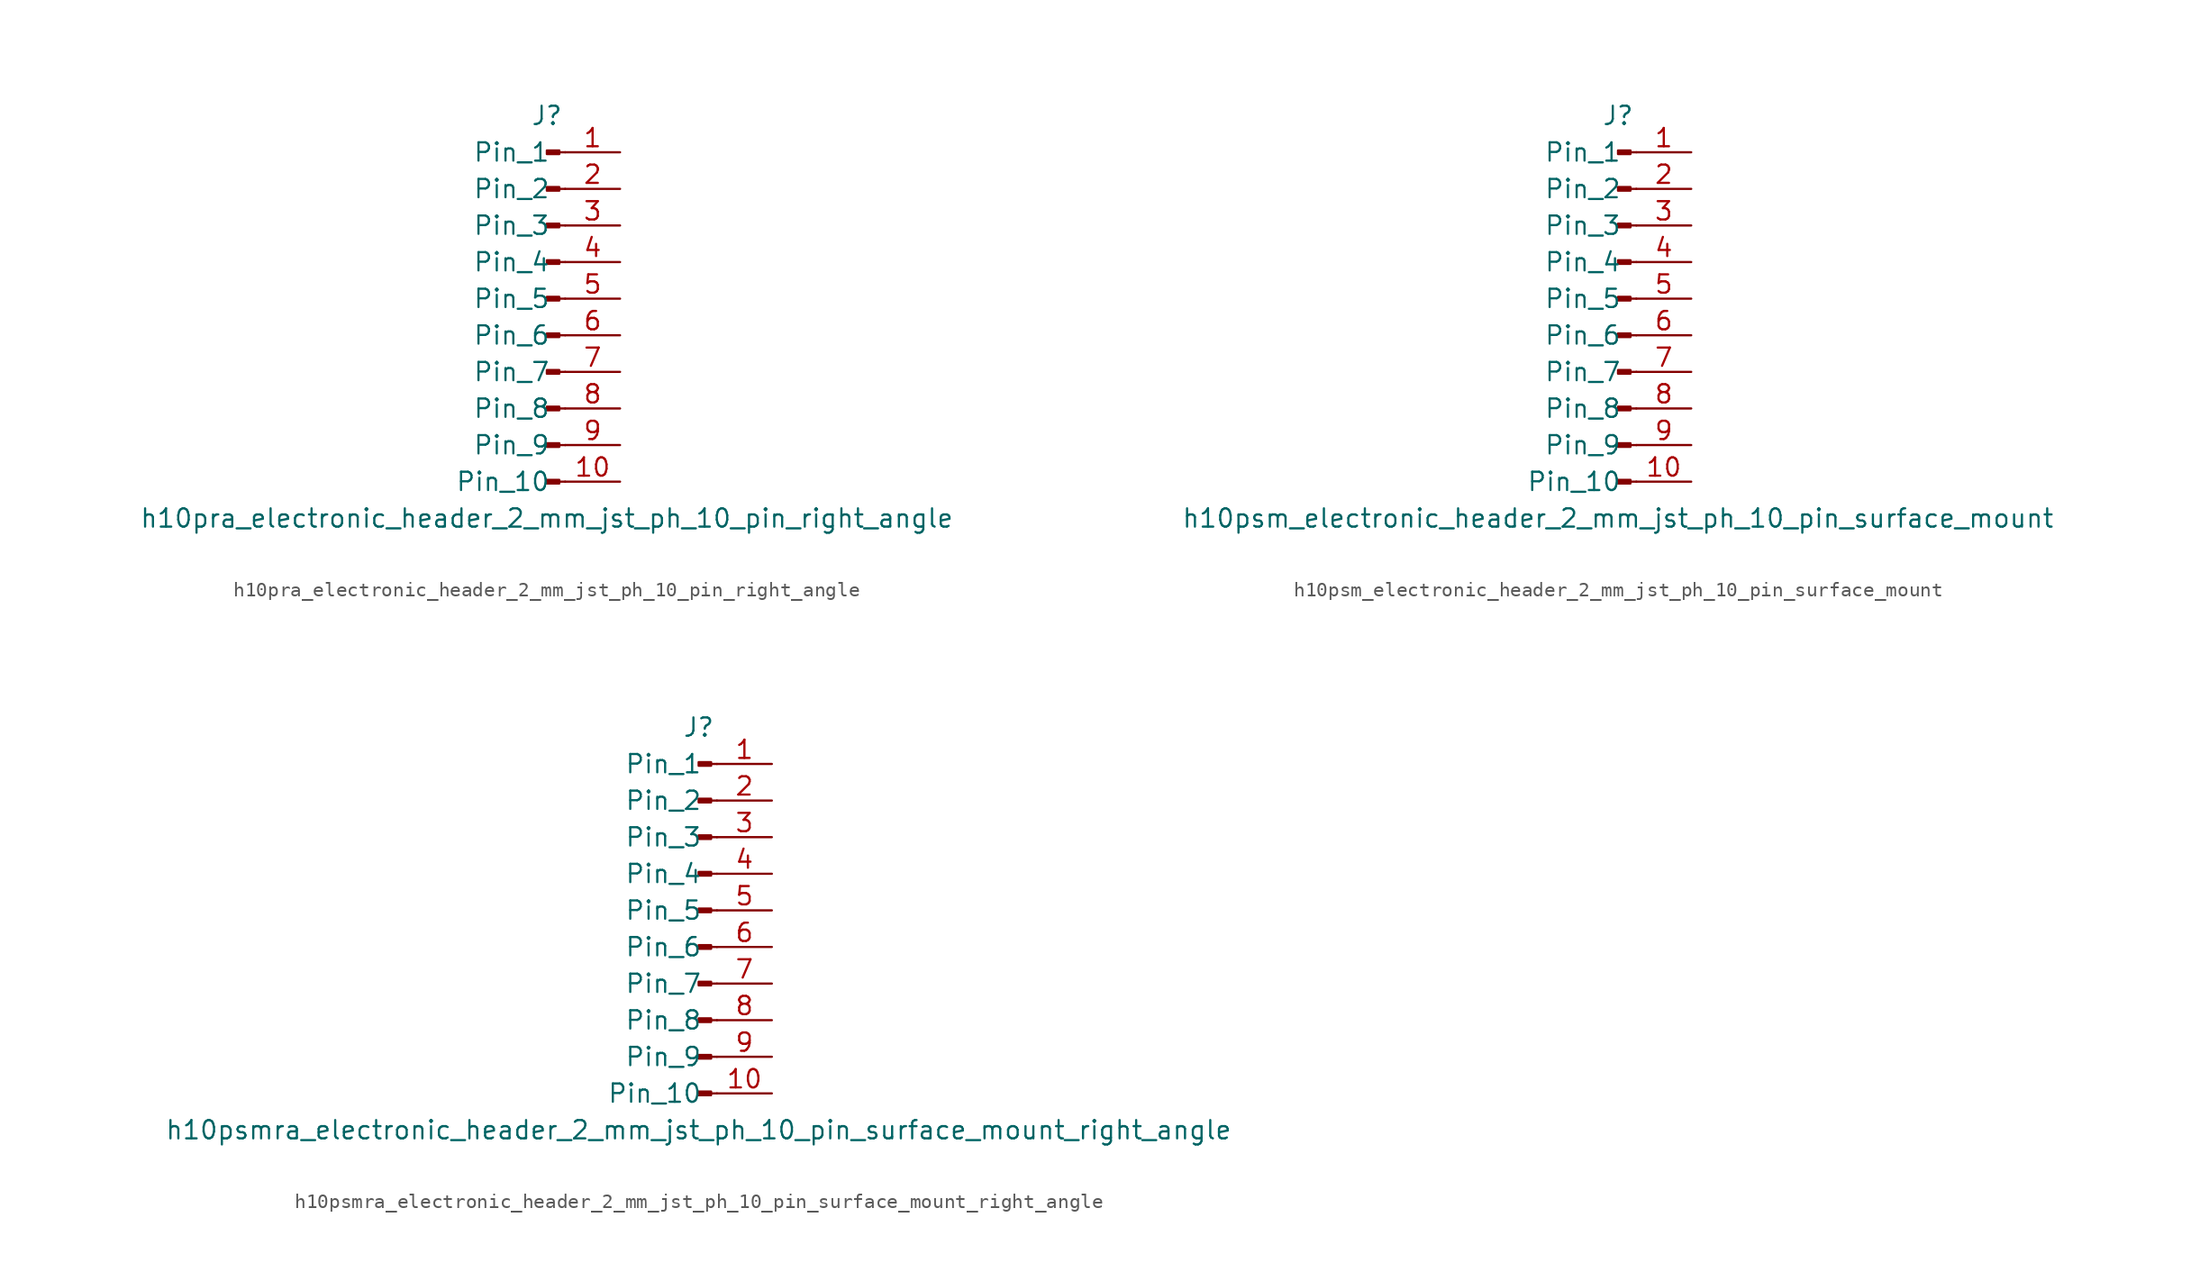
<source format=kicad_sym>
(kicad_symbol_lib
  (version 20220914)
  (generator kicad_symbol_editor)
  (symbol "h10pra_electronic_header_2_mm_jst_ph_10_pin_right_angle"
    (pin_names
      (offset 1.016))
    (property "Reference" "J"
      (at 0 12.7 0)
      (effects (font (size 1.27 1.27))))
    (property "Value" "h10pra_electronic_header_2_mm_jst_ph_10_pin_right_angle"
      (at 0 -15.24 0)
      (effects (font (size 1.27 1.27))))
    (property "ki_locked" ""
      (at 0 0 0)
      (effects (font (size 1.27 1.27))))
    (symbol "h10pra_electronic_header_2_mm_jst_ph_10_pin_right_angle_1_1"
      (polyline (pts (xy 1.27 -12.7) (xy 0.864 -12.7)) (stroke (width 0.152) (type default)) (fill (type none)))
      (polyline (pts (xy 1.27 -10.16) (xy 0.864 -10.16)) (stroke (width 0.152) (type default)) (fill (type none)))
      (polyline (pts (xy 1.27 -7.62) (xy 0.864 -7.62)) (stroke (width 0.152) (type default)) (fill (type none)))
      (polyline (pts (xy 1.27 -5.08) (xy 0.864 -5.08)) (stroke (width 0.152) (type default)) (fill (type none)))
      (polyline (pts (xy 1.27 -2.54) (xy 0.864 -2.54)) (stroke (width 0.152) (type default)) (fill (type none)))
      (polyline (pts (xy 1.27 0) (xy 0.864 0)) (stroke (width 0.152) (type default)) (fill (type none)))
      (polyline (pts (xy 1.27 2.54) (xy 0.864 2.54)) (stroke (width 0.152) (type default)) (fill (type none)))
      (polyline (pts (xy 1.27 5.08) (xy 0.864 5.08)) (stroke (width 0.152) (type default)) (fill (type none)))
      (polyline (pts (xy 1.27 7.62) (xy 0.864 7.62)) (stroke (width 0.152) (type default)) (fill (type none)))
      (polyline (pts (xy 1.27 10.16) (xy 0.864 10.16)) (stroke (width 0.152) (type default)) (fill (type none)))
      (rectangle (start 0.864 -12.573) (end 0 -12.827) (stroke (width 0.152) (type default)) (fill (type outline)))
      (rectangle (start 0.864 -10.033) (end 0 -10.287) (stroke (width 0.152) (type default)) (fill (type outline)))
      (rectangle (start 0.864 -7.493) (end 0 -7.747) (stroke (width 0.152) (type default)) (fill (type outline)))
      (rectangle (start 0.864 -4.953) (end 0 -5.207) (stroke (width 0.152) (type default)) (fill (type outline)))
      (rectangle (start 0.864 -2.413) (end 0 -2.667) (stroke (width 0.152) (type default)) (fill (type outline)))
      (rectangle (start 0.864 0.127) (end 0 -0.127) (stroke (width 0.152) (type default)) (fill (type outline)))
      (rectangle (start 0.864 2.667) (end 0 2.413) (stroke (width 0.152) (type default)) (fill (type outline)))
      (rectangle (start 0.864 5.207) (end 0 4.953) (stroke (width 0.152) (type default)) (fill (type outline)))
      (rectangle (start 0.864 7.747) (end 0 7.493) (stroke (width 0.152) (type default)) (fill (type outline)))
      (rectangle (start 0.864 10.287) (end 0 10.033) (stroke (width 0.152) (type default)) (fill (type outline)))
      (pin passive line (at 5.08 10.16 180) (length 3.81) (name "Pin_1" (effects (font (size 1.27 1.27)))) (number "1" (effects (font (size 1.27 1.27)))))
      (pin passive line (at 5.08 -12.7 180) (length 3.81) (name "Pin_10" (effects (font (size 1.27 1.27)))) (number "10" (effects (font (size 1.27 1.27)))))
      (pin passive line (at 5.08 7.62 180) (length 3.81) (name "Pin_2" (effects (font (size 1.27 1.27)))) (number "2" (effects (font (size 1.27 1.27)))))
      (pin passive line (at 5.08 5.08 180) (length 3.81) (name "Pin_3" (effects (font (size 1.27 1.27)))) (number "3" (effects (font (size 1.27 1.27)))))
      (pin passive line (at 5.08 2.54 180) (length 3.81) (name "Pin_4" (effects (font (size 1.27 1.27)))) (number "4" (effects (font (size 1.27 1.27)))))
      (pin passive line (at 5.08 0 180) (length 3.81) (name "Pin_5" (effects (font (size 1.27 1.27)))) (number "5" (effects (font (size 1.27 1.27)))))
      (pin passive line (at 5.08 -2.54 180) (length 3.81) (name "Pin_6" (effects (font (size 1.27 1.27)))) (number "6" (effects (font (size 1.27 1.27)))))
      (pin passive line (at 5.08 -5.08 180) (length 3.81) (name "Pin_7" (effects (font (size 1.27 1.27)))) (number "7" (effects (font (size 1.27 1.27)))))
      (pin passive line (at 5.08 -7.62 180) (length 3.81) (name "Pin_8" (effects (font (size 1.27 1.27)))) (number "8" (effects (font (size 1.27 1.27)))))
      (pin passive line (at 5.08 -10.16 180) (length 3.81) (name "Pin_9" (effects (font (size 1.27 1.27)))) (number "9" (effects (font (size 1.27 1.27)))))))
  (symbol "h10psm_electronic_header_2_mm_jst_ph_10_pin_surface_mount"
    (pin_names
      (offset 1.016))
    (property "Reference" "J"
      (at 0 12.7 0)
      (effects (font (size 1.27 1.27))))
    (property "Value" "h10psm_electronic_header_2_mm_jst_ph_10_pin_surface_mount"
      (at 0 -15.24 0)
      (effects (font (size 1.27 1.27))))
    (property "ki_locked" ""
      (at 0 0 0)
      (effects (font (size 1.27 1.27))))
    (symbol "h10psm_electronic_header_2_mm_jst_ph_10_pin_surface_mount_1_1"
      (polyline (pts (xy 1.27 -12.7) (xy 0.864 -12.7)) (stroke (width 0.152) (type default)) (fill (type none)))
      (polyline (pts (xy 1.27 -10.16) (xy 0.864 -10.16)) (stroke (width 0.152) (type default)) (fill (type none)))
      (polyline (pts (xy 1.27 -7.62) (xy 0.864 -7.62)) (stroke (width 0.152) (type default)) (fill (type none)))
      (polyline (pts (xy 1.27 -5.08) (xy 0.864 -5.08)) (stroke (width 0.152) (type default)) (fill (type none)))
      (polyline (pts (xy 1.27 -2.54) (xy 0.864 -2.54)) (stroke (width 0.152) (type default)) (fill (type none)))
      (polyline (pts (xy 1.27 0) (xy 0.864 0)) (stroke (width 0.152) (type default)) (fill (type none)))
      (polyline (pts (xy 1.27 2.54) (xy 0.864 2.54)) (stroke (width 0.152) (type default)) (fill (type none)))
      (polyline (pts (xy 1.27 5.08) (xy 0.864 5.08)) (stroke (width 0.152) (type default)) (fill (type none)))
      (polyline (pts (xy 1.27 7.62) (xy 0.864 7.62)) (stroke (width 0.152) (type default)) (fill (type none)))
      (polyline (pts (xy 1.27 10.16) (xy 0.864 10.16)) (stroke (width 0.152) (type default)) (fill (type none)))
      (rectangle (start 0.864 -12.573) (end 0 -12.827) (stroke (width 0.152) (type default)) (fill (type outline)))
      (rectangle (start 0.864 -10.033) (end 0 -10.287) (stroke (width 0.152) (type default)) (fill (type outline)))
      (rectangle (start 0.864 -7.493) (end 0 -7.747) (stroke (width 0.152) (type default)) (fill (type outline)))
      (rectangle (start 0.864 -4.953) (end 0 -5.207) (stroke (width 0.152) (type default)) (fill (type outline)))
      (rectangle (start 0.864 -2.413) (end 0 -2.667) (stroke (width 0.152) (type default)) (fill (type outline)))
      (rectangle (start 0.864 0.127) (end 0 -0.127) (stroke (width 0.152) (type default)) (fill (type outline)))
      (rectangle (start 0.864 2.667) (end 0 2.413) (stroke (width 0.152) (type default)) (fill (type outline)))
      (rectangle (start 0.864 5.207) (end 0 4.953) (stroke (width 0.152) (type default)) (fill (type outline)))
      (rectangle (start 0.864 7.747) (end 0 7.493) (stroke (width 0.152) (type default)) (fill (type outline)))
      (rectangle (start 0.864 10.287) (end 0 10.033) (stroke (width 0.152) (type default)) (fill (type outline)))
      (pin passive line (at 5.08 10.16 180) (length 3.81) (name "Pin_1" (effects (font (size 1.27 1.27)))) (number "1" (effects (font (size 1.27 1.27)))))
      (pin passive line (at 5.08 -12.7 180) (length 3.81) (name "Pin_10" (effects (font (size 1.27 1.27)))) (number "10" (effects (font (size 1.27 1.27)))))
      (pin passive line (at 5.08 7.62 180) (length 3.81) (name "Pin_2" (effects (font (size 1.27 1.27)))) (number "2" (effects (font (size 1.27 1.27)))))
      (pin passive line (at 5.08 5.08 180) (length 3.81) (name "Pin_3" (effects (font (size 1.27 1.27)))) (number "3" (effects (font (size 1.27 1.27)))))
      (pin passive line (at 5.08 2.54 180) (length 3.81) (name "Pin_4" (effects (font (size 1.27 1.27)))) (number "4" (effects (font (size 1.27 1.27)))))
      (pin passive line (at 5.08 0 180) (length 3.81) (name "Pin_5" (effects (font (size 1.27 1.27)))) (number "5" (effects (font (size 1.27 1.27)))))
      (pin passive line (at 5.08 -2.54 180) (length 3.81) (name "Pin_6" (effects (font (size 1.27 1.27)))) (number "6" (effects (font (size 1.27 1.27)))))
      (pin passive line (at 5.08 -5.08 180) (length 3.81) (name "Pin_7" (effects (font (size 1.27 1.27)))) (number "7" (effects (font (size 1.27 1.27)))))
      (pin passive line (at 5.08 -7.62 180) (length 3.81) (name "Pin_8" (effects (font (size 1.27 1.27)))) (number "8" (effects (font (size 1.27 1.27)))))
      (pin passive line (at 5.08 -10.16 180) (length 3.81) (name "Pin_9" (effects (font (size 1.27 1.27)))) (number "9" (effects (font (size 1.27 1.27)))))))
  (symbol "h10psmra_electronic_header_2_mm_jst_ph_10_pin_surface_mount_right_angle"
    (pin_names
      (offset 1.016))
    (property "Reference" "J"
      (at 0 12.7 0)
      (effects (font (size 1.27 1.27))))
    (property "Value" "h10psmra_electronic_header_2_mm_jst_ph_10_pin_surface_mount_right_angle"
      (at 0 -15.24 0)
      (effects (font (size 1.27 1.27))))
    (property "ki_locked" ""
      (at 0 0 0)
      (effects (font (size 1.27 1.27))))
    (symbol "h10psmra_electronic_header_2_mm_jst_ph_10_pin_surface_mount_right_angle_1_1"
      (polyline (pts (xy 1.27 -12.7) (xy 0.864 -12.7)) (stroke (width 0.152) (type default)) (fill (type none)))
      (polyline (pts (xy 1.27 -10.16) (xy 0.864 -10.16)) (stroke (width 0.152) (type default)) (fill (type none)))
      (polyline (pts (xy 1.27 -7.62) (xy 0.864 -7.62)) (stroke (width 0.152) (type default)) (fill (type none)))
      (polyline (pts (xy 1.27 -5.08) (xy 0.864 -5.08)) (stroke (width 0.152) (type default)) (fill (type none)))
      (polyline (pts (xy 1.27 -2.54) (xy 0.864 -2.54)) (stroke (width 0.152) (type default)) (fill (type none)))
      (polyline (pts (xy 1.27 0) (xy 0.864 0)) (stroke (width 0.152) (type default)) (fill (type none)))
      (polyline (pts (xy 1.27 2.54) (xy 0.864 2.54)) (stroke (width 0.152) (type default)) (fill (type none)))
      (polyline (pts (xy 1.27 5.08) (xy 0.864 5.08)) (stroke (width 0.152) (type default)) (fill (type none)))
      (polyline (pts (xy 1.27 7.62) (xy 0.864 7.62)) (stroke (width 0.152) (type default)) (fill (type none)))
      (polyline (pts (xy 1.27 10.16) (xy 0.864 10.16)) (stroke (width 0.152) (type default)) (fill (type none)))
      (rectangle (start 0.864 -12.573) (end 0 -12.827) (stroke (width 0.152) (type default)) (fill (type outline)))
      (rectangle (start 0.864 -10.033) (end 0 -10.287) (stroke (width 0.152) (type default)) (fill (type outline)))
      (rectangle (start 0.864 -7.493) (end 0 -7.747) (stroke (width 0.152) (type default)) (fill (type outline)))
      (rectangle (start 0.864 -4.953) (end 0 -5.207) (stroke (width 0.152) (type default)) (fill (type outline)))
      (rectangle (start 0.864 -2.413) (end 0 -2.667) (stroke (width 0.152) (type default)) (fill (type outline)))
      (rectangle (start 0.864 0.127) (end 0 -0.127) (stroke (width 0.152) (type default)) (fill (type outline)))
      (rectangle (start 0.864 2.667) (end 0 2.413) (stroke (width 0.152) (type default)) (fill (type outline)))
      (rectangle (start 0.864 5.207) (end 0 4.953) (stroke (width 0.152) (type default)) (fill (type outline)))
      (rectangle (start 0.864 7.747) (end 0 7.493) (stroke (width 0.152) (type default)) (fill (type outline)))
      (rectangle (start 0.864 10.287) (end 0 10.033) (stroke (width 0.152) (type default)) (fill (type outline)))
      (pin passive line (at 5.08 10.16 180) (length 3.81) (name "Pin_1" (effects (font (size 1.27 1.27)))) (number "1" (effects (font (size 1.27 1.27)))))
      (pin passive line (at 5.08 -12.7 180) (length 3.81) (name "Pin_10" (effects (font (size 1.27 1.27)))) (number "10" (effects (font (size 1.27 1.27)))))
      (pin passive line (at 5.08 7.62 180) (length 3.81) (name "Pin_2" (effects (font (size 1.27 1.27)))) (number "2" (effects (font (size 1.27 1.27)))))
      (pin passive line (at 5.08 5.08 180) (length 3.81) (name "Pin_3" (effects (font (size 1.27 1.27)))) (number "3" (effects (font (size 1.27 1.27)))))
      (pin passive line (at 5.08 2.54 180) (length 3.81) (name "Pin_4" (effects (font (size 1.27 1.27)))) (number "4" (effects (font (size 1.27 1.27)))))
      (pin passive line (at 5.08 0 180) (length 3.81) (name "Pin_5" (effects (font (size 1.27 1.27)))) (number "5" (effects (font (size 1.27 1.27)))))
      (pin passive line (at 5.08 -2.54 180) (length 3.81) (name "Pin_6" (effects (font (size 1.27 1.27)))) (number "6" (effects (font (size 1.27 1.27)))))
      (pin passive line (at 5.08 -5.08 180) (length 3.81) (name "Pin_7" (effects (font (size 1.27 1.27)))) (number "7" (effects (font (size 1.27 1.27)))))
      (pin passive line (at 5.08 -7.62 180) (length 3.81) (name "Pin_8" (effects (font (size 1.27 1.27)))) (number "8" (effects (font (size 1.27 1.27)))))
      (pin passive line (at 5.08 -10.16 180) (length 3.81) (name "Pin_9" (effects (font (size 1.27 1.27)))) (number "9" (effects (font (size 1.27 1.27))))))))
</source>
